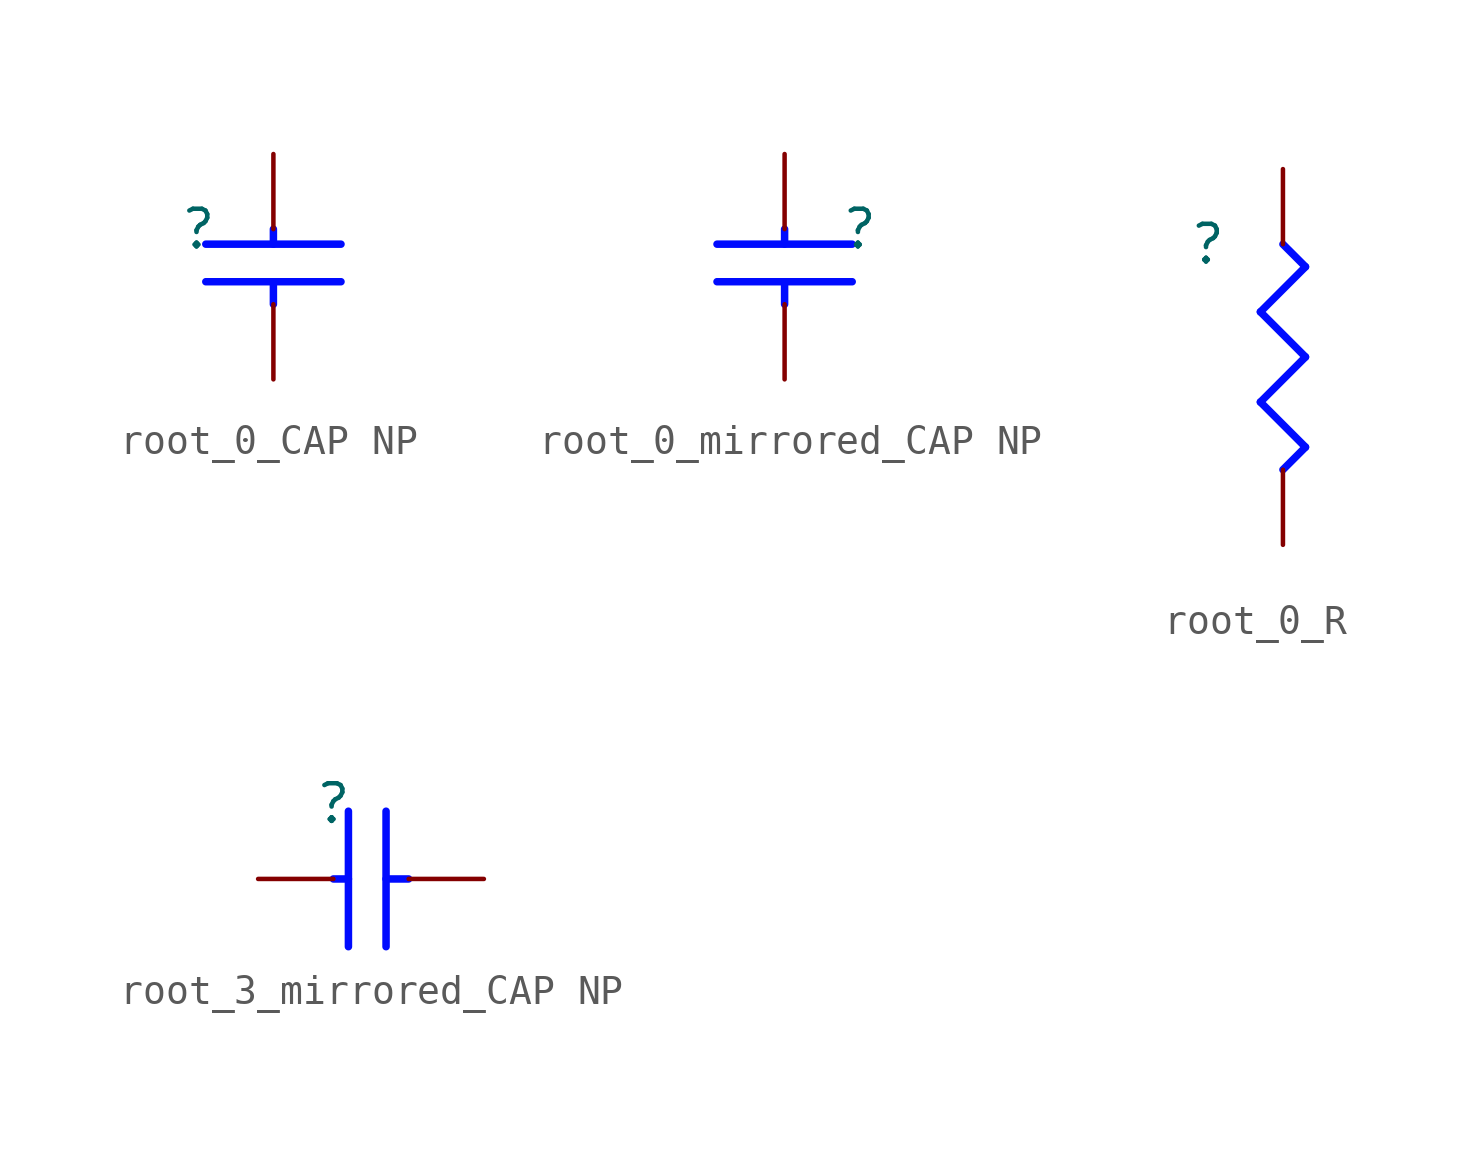
<source format=kicad_sym>
(kicad_symbol_lib
  (version 20231120)
  (generator "kicad_symbol_editor")
  (generator_version "8.0")
  (symbol "root_0_CAP NP"
    (property "Reference" ""
      (at 0 0 0)
      (effects (font (size 1.27 1.27))))
    (property "Value" ""
      (at 0 0 0)
      (effects (font (size 1.27 1.27))))
    (symbol "root_0_CAP NP_1_0"
      (polyline (pts (xy 0.254 -1.778) (xy 4.826 -1.778)) (stroke (width 0.254) (type solid) (color 0 11 255 1)) (fill (type none)))
      (polyline (pts (xy 0.254 -0.508) (xy 4.826 -0.508)) (stroke (width 0.254) (type solid) (color 0 11 255 1)) (fill (type none)))
      (polyline (pts (xy 2.54 -2.54) (xy 2.54 -1.778)) (stroke (width 0.254) (type solid) (color 0 11 255 1)) (fill (type none)))
      (polyline (pts (xy 2.54 0) (xy 2.54 -0.508)) (stroke (width 0.254) (type solid) (color 0 11 255 1)) (fill (type none)))
      (pin passive line (at 2.54 2.54 270) (length 2.54) (name "1" (effects (font (size 0 0)))) (number "1" (effects (font (size 0 0)))))
      (pin passive line (at 2.54 -5.08 90) (length 2.54) (name "2" (effects (font (size 0 0)))) (number "2" (effects (font (size 0 0)))))))
  (symbol "root_0_mirrored_CAP NP"
    (property "Reference" ""
      (at 0 0 0)
      (effects (font (size 1.27 1.27))))
    (property "Value" ""
      (at 0 0 0)
      (effects (font (size 1.27 1.27))))
    (symbol "root_0_mirrored_CAP NP_1_0"
      (polyline (pts (xy -2.54 -2.54) (xy -2.54 -1.778)) (stroke (width 0.254) (type solid) (color 0 11 255 1)) (fill (type none)))
      (polyline (pts (xy -2.54 0) (xy -2.54 -0.508)) (stroke (width 0.254) (type solid) (color 0 11 255 1)) (fill (type none)))
      (polyline (pts (xy -0.254 -1.778) (xy -4.826 -1.778)) (stroke (width 0.254) (type solid) (color 0 11 255 1)) (fill (type none)))
      (polyline (pts (xy -0.254 -0.508) (xy -4.826 -0.508)) (stroke (width 0.254) (type solid) (color 0 11 255 1)) (fill (type none)))
      (pin passive line (at -2.54 2.54 270) (length 2.54) (name "1" (effects (font (size 0 0)))) (number "1" (effects (font (size 0 0)))))
      (pin passive line (at -2.54 -5.08 90) (length 2.54) (name "2" (effects (font (size 0 0)))) (number "2" (effects (font (size 0 0)))))))
  (symbol "root_0_R"
    (property "Reference" ""
      (at 0 0 0)
      (effects (font (size 1.27 1.27))))
    (property "Value" ""
      (at 0 0 0)
      (effects (font (size 1.27 1.27))))
    (symbol "root_0_R_1_0"
      (polyline (pts (xy 1.778 -5.334) (xy 3.302 -6.858)) (stroke (width 0.254) (type solid) (color 0 11 255 1)) (fill (type none)))
      (polyline (pts (xy 1.778 -2.286) (xy 3.302 -3.81)) (stroke (width 0.254) (type solid) (color 0 11 255 1)) (fill (type none)))
      (polyline (pts (xy 2.54 0) (xy 3.302 -0.762)) (stroke (width 0.254) (type solid) (color 0 11 255 1)) (fill (type none)))
      (polyline (pts (xy 3.302 -6.858) (xy 2.54 -7.62)) (stroke (width 0.254) (type solid) (color 0 11 255 1)) (fill (type none)))
      (polyline (pts (xy 3.302 -3.81) (xy 1.778 -5.334)) (stroke (width 0.254) (type solid) (color 0 11 255 1)) (fill (type none)))
      (polyline (pts (xy 3.302 -0.762) (xy 1.778 -2.286)) (stroke (width 0.254) (type solid) (color 0 11 255 1)) (fill (type none)))
      (pin passive line (at 2.54 2.54 270) (length 2.54) (name "1" (effects (font (size 0 0)))) (number "1" (effects (font (size 0 0)))))
      (pin passive line (at 2.54 -10.16 90) (length 2.54) (name "2" (effects (font (size 0 0)))) (number "2" (effects (font (size 0 0)))))))
  (symbol "root_3_mirrored_CAP NP"
    (property "Reference" ""
      (at 0 0 0)
      (effects (font (size 1.27 1.27))))
    (property "Value" ""
      (at 0 0 0)
      (effects (font (size 1.27 1.27))))
    (symbol "root_3_mirrored_CAP NP_1_0"
      (polyline (pts (xy 0 -2.54) (xy 0.508 -2.54)) (stroke (width 0.254) (type solid) (color 0 11 255 1)) (fill (type none)))
      (polyline (pts (xy 0.508 -0.254) (xy 0.508 -4.826)) (stroke (width 0.254) (type solid) (color 0 11 255 1)) (fill (type none)))
      (polyline (pts (xy 1.778 -0.254) (xy 1.778 -4.826)) (stroke (width 0.254) (type solid) (color 0 11 255 1)) (fill (type none)))
      (polyline (pts (xy 2.54 -2.54) (xy 1.778 -2.54)) (stroke (width 0.254) (type solid) (color 0 11 255 1)) (fill (type none)))
      (pin passive line (at -2.54 -2.54 0) (length 2.54) (name "1" (effects (font (size 0 0)))) (number "1" (effects (font (size 0 0)))))
      (pin passive line (at 5.08 -2.54 180) (length 2.54) (name "2" (effects (font (size 0 0)))) (number "2" (effects (font (size 0 0))))))))
</source>
